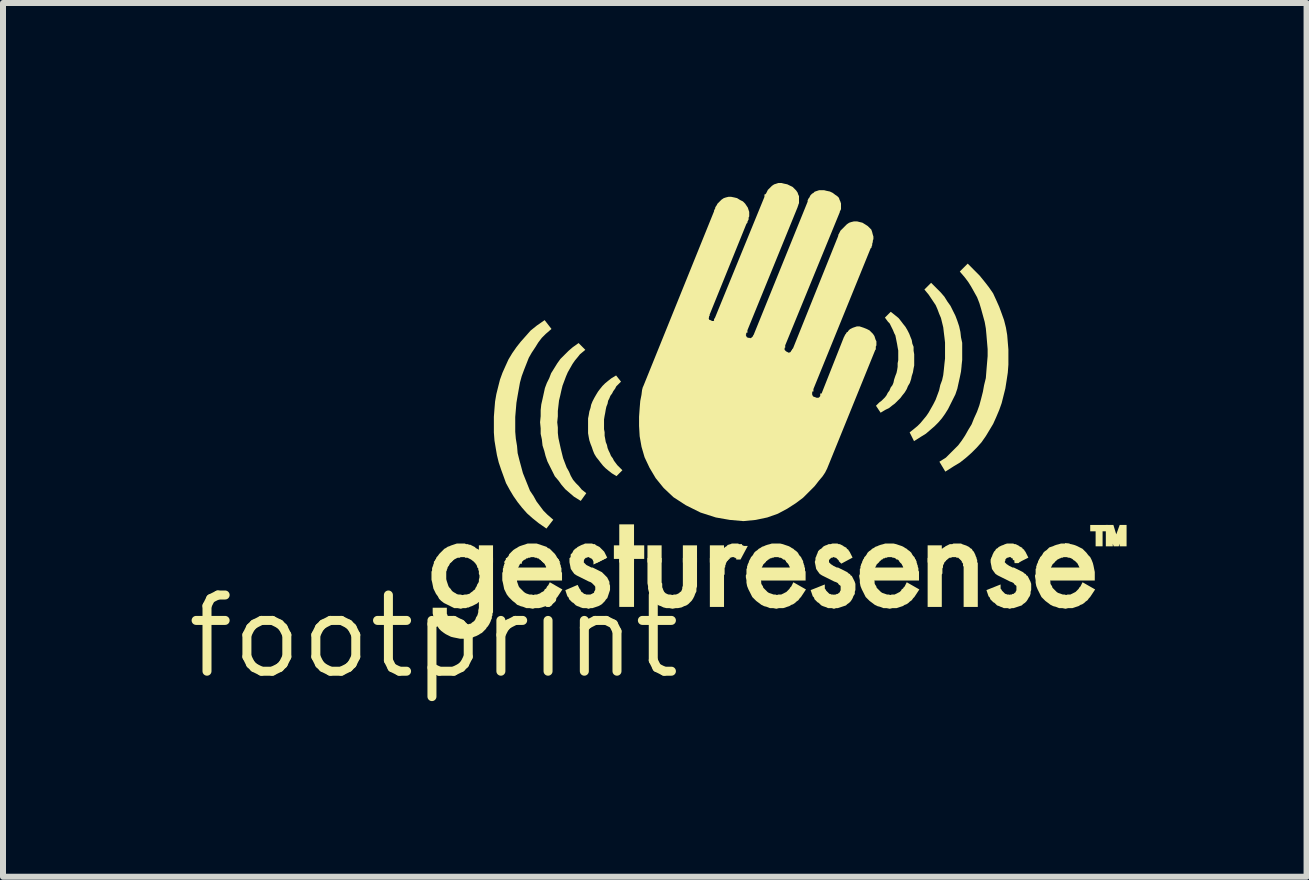
<source format=kicad_pcb>
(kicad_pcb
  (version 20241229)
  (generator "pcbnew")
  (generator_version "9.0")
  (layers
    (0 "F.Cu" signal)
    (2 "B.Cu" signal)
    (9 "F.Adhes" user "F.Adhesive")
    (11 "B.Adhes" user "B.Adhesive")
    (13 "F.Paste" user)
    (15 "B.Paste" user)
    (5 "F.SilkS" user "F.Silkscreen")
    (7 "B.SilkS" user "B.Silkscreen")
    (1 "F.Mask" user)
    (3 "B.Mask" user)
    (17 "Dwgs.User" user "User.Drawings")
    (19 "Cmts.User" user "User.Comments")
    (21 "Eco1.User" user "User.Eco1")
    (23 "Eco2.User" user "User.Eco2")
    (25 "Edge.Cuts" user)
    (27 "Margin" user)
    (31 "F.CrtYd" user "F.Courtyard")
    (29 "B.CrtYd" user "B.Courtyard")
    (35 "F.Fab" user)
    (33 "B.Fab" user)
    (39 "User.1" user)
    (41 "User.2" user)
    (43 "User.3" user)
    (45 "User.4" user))
  (footprint "footprint"
    (layer "F.Cu")
    (at 4.18 7.558)
    (property "Reference" "footprint" (at 0 0 0) (layer "F.SilkS") (effects (font (size 1.27 1.27) (thickness 0.15))))
    (fp_poly (pts (xy 2.662 -1.198) (xy 2.662 -1.308) (xy 2.881 -1.308)) (stroke (width 0) (type solid)) (fill yes) (layer "F.SilkS"))
    (fp_poly (pts (xy 3.338 -0.492) (xy 3.092 -0.492) (xy 3.092 -1.308) (xy 3.338 -1.308)) (stroke (width 0) (type solid)) (fill yes) (layer "F.SilkS"))
    (fp_poly (pts (xy 3.798 -1.232) (xy 3.562 -1.232) (xy 3.562 -1.518) (xy 3.798 -1.518)) (stroke (width 0) (type solid)) (fill yes) (layer "F.SilkS"))
    (fp_poly (pts (xy 4.388 -1.232) (xy 4.152 -1.232) (xy 4.152 -1.518) (xy 4.388 -1.518)) (stroke (width 0) (type solid)) (fill yes) (layer "F.SilkS"))
    (fp_poly (pts (xy 9.746 -1.222) (xy 9.682 -1.222) (xy 9.682 -1.308) (xy 9.832 -1.308)) (stroke (width 0) (type solid)) (fill yes) (layer "F.SilkS"))
    (fp_poly (pts (xy 11.238 -1.752) (xy 11.148 -1.752) (xy 11.148 -1.502) (xy 11.032 -1.502) (xy 11.032 -1.752) (xy 10.942 -1.752) (xy 10.942 -1.858) (xy 11.238 -1.858)) (stroke (width 0) (type solid)) (fill yes) (layer "F.SilkS"))
    (fp_poly (pts (xy 3.338 -1.518) (xy 3.508 -1.518) (xy 3.508 -1.292) (xy 3.338 -1.292) (xy 3.338 -1.232) (xy 3.092 -1.232) (xy 3.092 -1.292) (xy 3.002 -1.292) (xy 3.002 -1.518) (xy 3.092 -1.518) (xy 3.092 -1.868) (xy 3.338 -1.868)) (stroke (width 0) (type solid)) (fill yes) (layer "F.SilkS"))
    (fp_poly (pts (xy 9.058 -1.276) (xy 9.058 -1.236) (xy 9.068 -1.226) (xy 9.068 -0.492) (xy 8.832 -0.492) (xy 8.832 -1.164) (xy 8.822 -1.174) (xy 8.822 -1.214) (xy 8.812 -1.224) (xy 8.812 -1.244) (xy 8.748 -1.308) (xy 9.026 -1.308)) (stroke (width 0) (type solid)) (fill yes) (layer "F.SilkS"))
    (fp_poly (pts (xy 4.878 -1.244) (xy 4.878 -1.231) (xy 4.868 -1.211) (xy 4.868 -1.201) (xy 4.858 -1.181) (xy 4.858 -1.154) (xy 4.848 -1.144) (xy 4.848 -1.034) (xy 4.838 -1.024) (xy 4.838 -0.492) (xy 4.602 -0.492) (xy 4.602 -1.308) (xy 4.942 -1.308)) (stroke (width 0) (type solid)) (fill yes) (layer "F.SilkS"))
    (fp_poly (pts (xy 8.511 -1.237) (xy 8.508 -1.231) (xy 8.508 -1.221) (xy 8.494 -1.193) (xy 8.488 -1.181) (xy 8.488 -1.151) (xy 8.478 -1.131) (xy 8.478 -1.051) (xy 8.468 -1.031) (xy 8.468 -0.492) (xy 8.232 -0.492) (xy 8.232 -1.308) (xy 8.582 -1.308)) (stroke (width 0) (type solid)) (fill yes) (layer "F.SilkS"))
    (fp_poly (pts (xy 11.376 -1.701) (xy 11.433 -1.858) (xy 11.548 -1.858) (xy 11.548 -1.502) (xy 11.432 -1.502) (xy 11.432 -1.545) (xy 11.417 -1.502) (xy 11.333 -1.502) (xy 11.318 -1.545) (xy 11.318 -1.502) (xy 11.202 -1.502) (xy 11.202 -1.858) (xy 11.328 -1.858)) (stroke (width 0) (type solid)) (fill yes) (layer "F.SilkS"))
    (fp_poly (pts (xy 10.598 -1.322) (xy 10.499 -1.322) (xy 10.479 -1.312) (xy 10.456 -1.312) (xy 10.446 -1.302) (xy 10.436 -1.302) (xy 10.433 -1.299) (xy 10.399 -1.282) (xy 10.396 -1.282) (xy 10.373 -1.259) (xy 10.353 -1.249) (xy 10.336 -1.232) (xy 10.077 -1.232) (xy 10.107 -1.321) (xy 10.13 -1.344) (xy 10.147 -1.369) (xy 10.159 -1.393) (xy 10.186 -1.42) (xy 10.216 -1.44) (xy 10.259 -1.483) (xy 10.298 -1.496) (xy 10.325 -1.505) (xy 10.345 -1.515) (xy 10.379 -1.527) (xy 10.419 -1.537) (xy 10.454 -1.548) (xy 10.598 -1.548)) (stroke (width 0) (type solid)) (fill yes) (layer "F.SilkS"))
    (fp_poly (pts (xy 5.086 -1.538) (xy 5.138 -1.538) (xy 5.138 -1.526) (xy 5.146 -1.518) (xy 5.156 -1.518) (xy 5.166 -1.508) (xy 5.234 -1.508) (xy 5.113 -1.282) (xy 5.042 -1.282) (xy 5.042 -1.302) (xy 5.034 -1.302) (xy 5.024 -1.312) (xy 5.014 -1.312) (xy 5.004 -1.322) (xy 4.966 -1.322) (xy 4.956 -1.312) (xy 4.936 -1.312) (xy 4.898 -1.274) (xy 4.898 -1.264) (xy 4.866 -1.232) (xy 4.602 -1.232) (xy 4.602 -1.518) (xy 4.838 -1.518) (xy 4.838 -1.472) (xy 4.857 -1.491) (xy 4.877 -1.501) (xy 4.904 -1.528) (xy 4.924 -1.528) (xy 4.934 -1.538) (xy 4.954 -1.538) (xy 4.964 -1.548) (xy 5.076 -1.548)) (stroke (width 0) (type solid)) (fill yes) (layer "F.SilkS"))
    (fp_poly (pts (xy 2.614 -1.302) (xy 2.604 -1.312) (xy 2.594 -1.312) (xy 2.584 -1.322) (xy 2.566 -1.322) (xy 2.556 -1.312) (xy 2.536 -1.312) (xy 2.508 -1.284) (xy 2.508 -1.274) (xy 2.498 -1.264) (xy 2.498 -1.232) (xy 2.272 -1.232) (xy 2.272 -1.309) (xy 2.282 -1.329) (xy 2.282 -1.366) (xy 2.309 -1.393) (xy 2.329 -1.433) (xy 2.357 -1.461) (xy 2.377 -1.471) (xy 2.397 -1.491) (xy 2.465 -1.525) (xy 2.495 -1.535) (xy 2.521 -1.548) (xy 2.639 -1.548) (xy 2.659 -1.538) (xy 2.686 -1.538) (xy 2.703 -1.521) (xy 2.763 -1.491) (xy 2.841 -1.413) (xy 2.891 -1.313) (xy 2.729 -1.232) (xy 2.684 -1.232) (xy 2.652 -1.264) (xy 2.652 -1.274) (xy 2.624 -1.302)) (stroke (width 0) (type solid)) (fill yes) (layer "F.SilkS"))
    (fp_poly (pts (xy 1.842 -1.506) (xy 1.881 -1.493) (xy 1.901 -1.473) (xy 1.931 -1.463) (xy 1.997 -1.397) (xy 2.02 -1.374) (xy 2.043 -1.339) (xy 2.053 -1.319) (xy 2.111 -1.232) (xy 1.824 -1.232) (xy 1.774 -1.282) (xy 1.764 -1.282) (xy 1.747 -1.299) (xy 1.741 -1.302) (xy 1.724 -1.302) (xy 1.714 -1.312) (xy 1.684 -1.312) (xy 1.674 -1.322) (xy 1.616 -1.322) (xy 1.606 -1.312) (xy 1.576 -1.312) (xy 1.566 -1.302) (xy 1.546 -1.302) (xy 1.526 -1.282) (xy 1.516 -1.282) (xy 1.513 -1.279) (xy 1.493 -1.269) (xy 1.456 -1.232) (xy 1.169 -1.232) (xy 1.23 -1.324) (xy 1.247 -1.341) (xy 1.257 -1.371) (xy 1.303 -1.417) (xy 1.326 -1.44) (xy 1.361 -1.463) (xy 1.381 -1.473) (xy 1.411 -1.493) (xy 1.435 -1.505) (xy 1.468 -1.516) (xy 1.564 -1.548) (xy 1.716 -1.548)) (stroke (width 0) (type solid)) (fill yes) (layer "F.SilkS"))
    (fp_poly (pts (xy 9.679 -1.538) (xy 9.699 -1.538) (xy 9.727 -1.524) (xy 9.753 -1.511) (xy 9.763 -1.501) (xy 9.777 -1.494) (xy 9.808 -1.478) (xy 9.818 -1.458) (xy 9.838 -1.448) (xy 9.851 -1.423) (xy 9.861 -1.413) (xy 9.911 -1.313) (xy 9.749 -1.232) (xy 9.682 -1.232) (xy 9.682 -1.264) (xy 9.674 -1.272) (xy 9.652 -1.272) (xy 9.652 -1.294) (xy 9.644 -1.302) (xy 9.634 -1.302) (xy 9.614 -1.322) (xy 9.586 -1.322) (xy 9.576 -1.312) (xy 9.556 -1.312) (xy 9.528 -1.284) (xy 9.528 -1.264) (xy 9.496 -1.232) (xy 9.292 -1.232) (xy 9.292 -1.309) (xy 9.305 -1.335) (xy 9.315 -1.365) (xy 9.339 -1.413) (xy 9.359 -1.433) (xy 9.372 -1.458) (xy 9.397 -1.471) (xy 9.417 -1.491) (xy 9.465 -1.515) (xy 9.495 -1.525) (xy 9.515 -1.535) (xy 9.554 -1.548) (xy 9.659 -1.548)) (stroke (width 0) (type solid)) (fill yes) (layer "F.SilkS"))
    (fp_poly (pts (xy 8.754 -1.302) (xy 8.744 -1.312) (xy 8.714 -1.312) (xy 8.704 -1.322) (xy 8.636 -1.322) (xy 8.626 -1.312) (xy 8.596 -1.312) (xy 8.586 -1.302) (xy 8.576 -1.302) (xy 8.556 -1.282) (xy 8.546 -1.282) (xy 8.538 -1.274) (xy 8.538 -1.264) (xy 8.506 -1.232) (xy 8.232 -1.232) (xy 8.232 -1.518) (xy 8.468 -1.518) (xy 8.468 -1.462) (xy 8.487 -1.471) (xy 8.497 -1.481) (xy 8.517 -1.491) (xy 8.527 -1.501) (xy 8.573 -1.524) (xy 8.601 -1.538) (xy 8.641 -1.538) (xy 8.661 -1.548) (xy 8.789 -1.548) (xy 8.815 -1.535) (xy 8.842 -1.526) (xy 8.875 -1.515) (xy 8.923 -1.491) (xy 8.943 -1.471) (xy 8.968 -1.458) (xy 8.981 -1.433) (xy 9.001 -1.413) (xy 9.025 -1.365) (xy 9.035 -1.335) (xy 9.048 -1.309) (xy 9.048 -1.232) (xy 8.802 -1.232) (xy 8.802 -1.264) (xy 8.764 -1.302)) (stroke (width 0) (type solid)) (fill yes) (layer "F.SilkS"))
    (fp_poly (pts (xy 0.539 -1.538) (xy 0.569 -1.538) (xy 0.589 -1.528) (xy 0.609 -1.528) (xy 0.637 -1.514) (xy 0.683 -1.491) (xy 0.703 -1.471) (xy 0.743 -1.451) (xy 0.752 -1.442) (xy 0.752 -1.518) (xy 0.988 -1.518) (xy 0.988 -1.232) (xy 0.684 -1.232) (xy 0.657 -1.259) (xy 0.637 -1.269) (xy 0.624 -1.282) (xy 0.621 -1.282) (xy 0.587 -1.299) (xy 0.584 -1.302) (xy 0.581 -1.302) (xy 0.561 -1.312) (xy 0.524 -1.312) (xy 0.514 -1.322) (xy 0.446 -1.322) (xy 0.436 -1.312) (xy 0.399 -1.312) (xy 0.379 -1.302) (xy 0.376 -1.302) (xy 0.373 -1.299) (xy 0.339 -1.282) (xy 0.336 -1.282) (xy 0.286 -1.232) (xy 0.017 -1.232) (xy 0.047 -1.321) (xy 0.07 -1.344) (xy 0.09 -1.374) (xy 0.113 -1.397) (xy 0.177 -1.461) (xy 0.201 -1.473) (xy 0.233 -1.495) (xy 0.265 -1.505) (xy 0.285 -1.515) (xy 0.318 -1.526) (xy 0.384 -1.548) (xy 0.519 -1.548)) (stroke (width 0) (type solid)) (fill yes) (layer "F.SilkS"))
    (fp_poly (pts (xy 5.821 -1.537) (xy 5.852 -1.526) (xy 5.882 -1.516) (xy 5.915 -1.505) (xy 5.939 -1.493) (xy 5.969 -1.473) (xy 5.993 -1.461) (xy 6.014 -1.44) (xy 6.044 -1.42) (xy 6.071 -1.393) (xy 6.083 -1.369) (xy 6.1 -1.344) (xy 6.123 -1.321) (xy 6.153 -1.232) (xy 5.894 -1.232) (xy 5.847 -1.279) (xy 5.841 -1.282) (xy 5.824 -1.282) (xy 5.804 -1.302) (xy 5.801 -1.302) (xy 5.781 -1.312) (xy 5.761 -1.312) (xy 5.741 -1.322) (xy 5.679 -1.322) (xy 5.659 -1.312) (xy 5.636 -1.312) (xy 5.626 -1.302) (xy 5.609 -1.302) (xy 5.603 -1.299) (xy 5.586 -1.282) (xy 5.576 -1.282) (xy 5.553 -1.259) (xy 5.533 -1.249) (xy 5.516 -1.232) (xy 5.257 -1.232) (xy 5.287 -1.321) (xy 5.31 -1.344) (xy 5.327 -1.369) (xy 5.339 -1.393) (xy 5.366 -1.42) (xy 5.396 -1.44) (xy 5.417 -1.461) (xy 5.441 -1.473) (xy 5.473 -1.495) (xy 5.505 -1.505) (xy 5.525 -1.515) (xy 5.559 -1.527) (xy 5.599 -1.537) (xy 5.634 -1.548) (xy 5.775 -1.548)) (stroke (width 0) (type solid)) (fill yes) (layer "F.SilkS"))
    (fp_poly (pts (xy 7.711 -1.537) (xy 7.742 -1.526) (xy 7.772 -1.516) (xy 7.805 -1.505) (xy 7.829 -1.493) (xy 7.859 -1.473) (xy 7.883 -1.461) (xy 7.904 -1.44) (xy 7.934 -1.42) (xy 7.961 -1.393) (xy 7.973 -1.369) (xy 7.99 -1.344) (xy 8.013 -1.321) (xy 8.043 -1.232) (xy 7.784 -1.232) (xy 7.737 -1.279) (xy 7.731 -1.282) (xy 7.714 -1.282) (xy 7.694 -1.302) (xy 7.691 -1.302) (xy 7.671 -1.312) (xy 7.651 -1.312) (xy 7.631 -1.322) (xy 7.569 -1.322) (xy 7.549 -1.312) (xy 7.526 -1.312) (xy 7.516 -1.302) (xy 7.499 -1.302) (xy 7.493 -1.299) (xy 7.476 -1.282) (xy 7.466 -1.282) (xy 7.443 -1.259) (xy 7.423 -1.249) (xy 7.406 -1.232) (xy 7.147 -1.232) (xy 7.177 -1.321) (xy 7.2 -1.344) (xy 7.217 -1.369) (xy 7.229 -1.393) (xy 7.256 -1.42) (xy 7.286 -1.44) (xy 7.307 -1.461) (xy 7.331 -1.473) (xy 7.363 -1.495) (xy 7.395 -1.505) (xy 7.415 -1.515) (xy 7.449 -1.527) (xy 7.489 -1.537) (xy 7.524 -1.548) (xy 7.665 -1.548)) (stroke (width 0) (type solid)) (fill yes) (layer "F.SilkS"))
    (fp_poly (pts (xy 3.798 -0.899) (xy 3.808 -0.879) (xy 3.808 -0.819) (xy 3.815 -0.805) (xy 3.825 -0.775) (xy 3.841 -0.743) (xy 3.863 -0.721) (xy 3.895 -0.705) (xy 3.916 -0.698) (xy 3.945 -0.698) (xy 3.978 -0.69) (xy 4.004 -0.698) (xy 4.034 -0.698) (xy 4.055 -0.705) (xy 4.087 -0.721) (xy 4.107 -0.741) (xy 4.122 -0.748) (xy 4.135 -0.775) (xy 4.142 -0.796) (xy 4.142 -0.816) (xy 4.152 -0.846) (xy 4.152 -1.308) (xy 4.388 -1.308) (xy 4.388 -0.835) (xy 4.378 -0.795) (xy 4.378 -0.751) (xy 4.355 -0.705) (xy 4.345 -0.675) (xy 4.323 -0.631) (xy 4.3 -0.596) (xy 4.277 -0.573) (xy 4.244 -0.54) (xy 4.207 -0.515) (xy 4.175 -0.505) (xy 4.132 -0.484) (xy 4.074 -0.472) (xy 4.034 -0.472) (xy 3.98 -0.461) (xy 3.926 -0.472) (xy 3.875 -0.472) (xy 3.827 -0.484) (xy 3.785 -0.505) (xy 3.755 -0.515) (xy 3.704 -0.54) (xy 3.683 -0.573) (xy 3.653 -0.593) (xy 3.625 -0.634) (xy 3.615 -0.674) (xy 3.595 -0.704) (xy 3.583 -0.751) (xy 3.572 -0.795) (xy 3.572 -0.836) (xy 3.562 -0.886) (xy 3.562 -1.308) (xy 3.798 -1.308)) (stroke (width 0) (type solid)) (fill yes) (layer "F.SilkS"))
    (fp_poly (pts (xy 8.387 -5.797) (xy 8.448 -5.736) (xy 8.511 -5.663) (xy 8.562 -5.581) (xy 8.613 -5.51) (xy 8.654 -5.427) (xy 8.695 -5.345) (xy 8.726 -5.263) (xy 8.757 -5.17) (xy 8.778 -5.076) (xy 8.788 -4.986) (xy 8.808 -4.894) (xy 8.808 -4.608) (xy 8.798 -4.518) (xy 8.798 -4.508) (xy 8.788 -4.414) (xy 8.767 -4.312) (xy 8.747 -4.222) (xy 8.727 -4.13) (xy 8.695 -4.035) (xy 8.614 -3.873) (xy 8.573 -3.791) (xy 8.522 -3.709) (xy 8.47 -3.636) (xy 8.408 -3.564) (xy 8.346 -3.502) (xy 8.275 -3.441) (xy 8.203 -3.379) (xy 8.12 -3.328) (xy 8.005 -3.255) (xy 7.932 -3.401) (xy 8.006 -3.46) (xy 8.064 -3.508) (xy 8.112 -3.556) (xy 8.209 -3.673) (xy 8.248 -3.73) (xy 8.326 -3.868) (xy 8.365 -3.945) (xy 8.423 -4.101) (xy 8.443 -4.191) (xy 8.473 -4.271) (xy 8.492 -4.356) (xy 8.502 -4.444) (xy 8.512 -4.544) (xy 8.522 -4.632) (xy 8.522 -4.898) (xy 8.512 -4.986) (xy 8.502 -5.066) (xy 8.492 -5.153) (xy 8.454 -5.308) (xy 8.425 -5.376) (xy 8.395 -5.456) (xy 8.366 -5.522) (xy 8.249 -5.697) (xy 8.178 -5.782) (xy 8.29 -5.894)) (stroke (width 0) (type solid)) (fill yes) (layer "F.SilkS"))
    (fp_poly (pts (xy 1.962 -5.125) (xy 1.866 -5.042) (xy 1.799 -4.975) (xy 1.741 -4.898) (xy 1.692 -4.819) (xy 1.633 -4.73) (xy 1.584 -4.644) (xy 1.506 -4.446) (xy 1.466 -4.338) (xy 1.437 -4.232) (xy 1.398 -4.014) (xy 1.378 -3.895) (xy 1.358 -3.658) (xy 1.358 -3.412) (xy 1.368 -3.295) (xy 1.388 -3.175) (xy 1.398 -3.056) (xy 1.427 -2.94) (xy 1.486 -2.722) (xy 1.604 -2.428) (xy 1.663 -2.34) (xy 1.712 -2.251) (xy 1.829 -2.095) (xy 1.896 -2.028) (xy 1.992 -1.945) (xy 1.878 -1.798) (xy 1.747 -1.889) (xy 1.645 -1.971) (xy 1.553 -2.053) (xy 1.471 -2.146) (xy 1.399 -2.237) (xy 1.328 -2.339) (xy 1.267 -2.441) (xy 1.205 -2.554) (xy 1.164 -2.667) (xy 1.124 -2.777) (xy 1.083 -2.899) (xy 1.053 -3.022) (xy 1.032 -3.144) (xy 1.012 -3.265) (xy 1.002 -3.399) (xy 1.002 -3.661) (xy 1.012 -3.793) (xy 1.022 -3.915) (xy 1.043 -4.038) (xy 1.073 -4.159) (xy 1.104 -4.281) (xy 1.145 -4.394) (xy 1.195 -4.506) (xy 1.246 -4.618) (xy 1.308 -4.721) (xy 1.379 -4.823) (xy 1.451 -4.914) (xy 1.532 -5.005) (xy 1.614 -5.098) (xy 1.717 -5.181) (xy 1.848 -5.272)) (stroke (width 0) (type solid)) (fill yes) (layer "F.SilkS"))
    (fp_poly (pts (xy 7.694 -5.35) (xy 7.747 -5.307) (xy 7.79 -5.253) (xy 7.82 -5.213) (xy 7.861 -5.162) (xy 7.893 -5.108) (xy 7.925 -5.046) (xy 7.945 -4.994) (xy 7.967 -4.94) (xy 7.977 -4.88) (xy 7.998 -4.827) (xy 7.998 -4.763) (xy 8.008 -4.703) (xy 8.008 -4.516) (xy 7.997 -4.463) (xy 7.987 -4.401) (xy 7.967 -4.34) (xy 7.957 -4.29) (xy 7.935 -4.224) (xy 7.904 -4.173) (xy 7.884 -4.123) (xy 7.851 -4.068) (xy 7.81 -4.017) (xy 7.779 -3.975) (xy 7.737 -3.933) (xy 7.685 -3.881) (xy 7.643 -3.85) (xy 7.591 -3.808) (xy 7.528 -3.777) (xy 7.448 -3.729) (xy 7.371 -3.845) (xy 7.425 -3.899) (xy 7.465 -3.929) (xy 7.521 -3.985) (xy 7.547 -4.02) (xy 7.567 -4.06) (xy 7.596 -4.099) (xy 7.616 -4.149) (xy 7.646 -4.189) (xy 7.663 -4.231) (xy 7.673 -4.28) (xy 7.694 -4.343) (xy 7.713 -4.391) (xy 7.723 -4.437) (xy 7.732 -4.493) (xy 7.732 -4.554) (xy 7.742 -4.604) (xy 7.742 -4.766) (xy 7.733 -4.813) (xy 7.723 -4.873) (xy 7.694 -5.018) (xy 7.675 -5.054) (xy 7.655 -5.104) (xy 7.599 -5.217) (xy 7.571 -5.245) (xy 7.52 -5.314) (xy 7.617 -5.411)) (stroke (width 0) (type solid)) (fill yes) (layer "F.SilkS"))
    (fp_poly (pts (xy 2.526 -4.777) (xy 2.437 -4.703) (xy 2.4 -4.656) (xy 2.351 -4.597) (xy 2.312 -4.54) (xy 2.234 -4.403) (xy 2.205 -4.336) (xy 2.146 -4.179) (xy 2.127 -4.101) (xy 2.107 -4.011) (xy 2.088 -3.933) (xy 2.068 -3.758) (xy 2.068 -3.668) (xy 2.058 -3.57) (xy 2.068 -3.482) (xy 2.068 -3.392) (xy 2.078 -3.306) (xy 2.117 -3.129) (xy 2.156 -2.971) (xy 2.215 -2.816) (xy 2.254 -2.747) (xy 2.284 -2.677) (xy 2.321 -2.612) (xy 2.368 -2.556) (xy 2.418 -2.506) (xy 2.467 -2.447) (xy 2.542 -2.387) (xy 2.45 -2.259) (xy 2.337 -2.329) (xy 2.265 -2.391) (xy 2.193 -2.453) (xy 2.13 -2.526) (xy 2.08 -2.596) (xy 2.018 -2.669) (xy 1.976 -2.753) (xy 1.895 -2.915) (xy 1.863 -3.009) (xy 1.843 -3.089) (xy 1.813 -3.182) (xy 1.802 -3.284) (xy 1.782 -3.376) (xy 1.782 -3.468) (xy 1.772 -3.57) (xy 1.782 -3.672) (xy 1.782 -3.772) (xy 1.792 -3.866) (xy 1.813 -3.958) (xy 1.853 -4.141) (xy 1.885 -4.225) (xy 1.925 -4.305) (xy 1.956 -4.387) (xy 2.008 -4.47) (xy 2.058 -4.551) (xy 2.111 -4.625) (xy 2.173 -4.687) (xy 2.244 -4.758) (xy 2.316 -4.82) (xy 2.414 -4.89)) (stroke (width 0) (type solid)) (fill yes) (layer "F.SilkS"))
    (fp_poly (pts (xy 3.121 -4.247) (xy 3.041 -4.167) (xy 3.023 -4.13) (xy 2.993 -4.09) (xy 2.973 -4.05) (xy 2.944 -4.011) (xy 2.925 -3.964) (xy 2.906 -3.928) (xy 2.897 -3.879) (xy 2.877 -3.829) (xy 2.867 -3.783) (xy 2.857 -3.723) (xy 2.847 -3.673) (xy 2.838 -3.617) (xy 2.838 -3.454) (xy 2.848 -3.404) (xy 2.848 -3.344) (xy 2.857 -3.297) (xy 2.867 -3.24) (xy 2.887 -3.191) (xy 2.897 -3.141) (xy 2.915 -3.096) (xy 2.935 -3.056) (xy 2.954 -3.009) (xy 2.983 -2.97) (xy 3.003 -2.93) (xy 3.059 -2.855) (xy 3.144 -2.77) (xy 3.046 -2.672) (xy 2.968 -2.719) (xy 2.916 -2.76) (xy 2.865 -2.802) (xy 2.822 -2.845) (xy 2.78 -2.897) (xy 2.75 -2.937) (xy 2.709 -2.988) (xy 2.676 -3.043) (xy 2.654 -3.097) (xy 2.634 -3.157) (xy 2.614 -3.207) (xy 2.593 -3.27) (xy 2.583 -3.323) (xy 2.572 -3.387) (xy 2.572 -3.634) (xy 2.583 -3.687) (xy 2.593 -3.749) (xy 2.613 -3.81) (xy 2.623 -3.861) (xy 2.645 -3.916) (xy 2.677 -3.978) (xy 2.707 -4.03) (xy 2.738 -4.081) (xy 2.77 -4.123) (xy 2.812 -4.175) (xy 2.855 -4.218) (xy 2.906 -4.26) (xy 2.958 -4.301) (xy 3.039 -4.35)) (stroke (width 0) (type solid)) (fill yes) (layer "F.SilkS"))
    (fp_poly (pts (xy 9.098 -6.015) (xy 9.18 -5.914) (xy 9.251 -5.823) (xy 9.323 -5.719) (xy 9.375 -5.606) (xy 9.425 -5.494) (xy 9.466 -5.383) (xy 9.506 -5.271) (xy 9.537 -5.148) (xy 9.558 -5.025) (xy 9.568 -4.903) (xy 9.578 -4.782) (xy 9.578 -4.529) (xy 9.568 -4.396) (xy 9.548 -4.264) (xy 9.527 -4.132) (xy 9.466 -3.889) (xy 9.426 -3.776) (xy 9.375 -3.655) (xy 9.324 -3.542) (xy 9.263 -3.44) (xy 9.202 -3.339) (xy 9.13 -3.236) (xy 9.048 -3.144) (xy 8.966 -3.062) (xy 8.875 -2.981) (xy 8.772 -2.899) (xy 8.67 -2.838) (xy 8.527 -2.747) (xy 8.428 -2.912) (xy 8.536 -2.98) (xy 8.741 -3.185) (xy 8.799 -3.262) (xy 8.857 -3.35) (xy 8.907 -3.439) (xy 8.966 -3.537) (xy 9.005 -3.635) (xy 9.055 -3.744) (xy 9.094 -3.852) (xy 9.123 -3.96) (xy 9.153 -4.078) (xy 9.173 -4.188) (xy 9.202 -4.306) (xy 9.212 -4.433) (xy 9.222 -4.553) (xy 9.232 -4.672) (xy 9.232 -4.788) (xy 9.212 -5.027) (xy 9.202 -5.135) (xy 9.183 -5.242) (xy 9.123 -5.46) (xy 9.094 -5.557) (xy 9.056 -5.654) (xy 8.957 -5.831) (xy 8.909 -5.908) (xy 8.85 -5.986) (xy 8.768 -6.082) (xy 8.9 -6.214)) (stroke (width 0) (type solid)) (fill yes) (layer "F.SilkS"))
    (fp_poly (pts (xy 2.498 -1.236) (xy 2.543 -1.191) (xy 2.629 -1.148) (xy 2.649 -1.148) (xy 2.677 -1.134) (xy 2.803 -1.071) (xy 2.891 -0.983) (xy 2.914 -0.937) (xy 2.928 -0.909) (xy 2.928 -0.876) (xy 2.938 -0.846) (xy 2.938 -0.774) (xy 2.906 -0.678) (xy 2.893 -0.639) (xy 2.87 -0.616) (xy 2.85 -0.586) (xy 2.827 -0.563) (xy 2.804 -0.54) (xy 2.769 -0.517) (xy 2.745 -0.505) (xy 2.712 -0.494) (xy 2.646 -0.472) (xy 2.616 -0.472) (xy 2.58 -0.46) (xy 2.544 -0.472) (xy 2.484 -0.472) (xy 2.445 -0.485) (xy 2.425 -0.495) (xy 2.395 -0.505) (xy 2.367 -0.519) (xy 2.327 -0.559) (xy 2.307 -0.569) (xy 2.257 -0.619) (xy 2.247 -0.649) (xy 2.227 -0.669) (xy 2.214 -0.708) (xy 2.193 -0.771) (xy 2.398 -0.859) (xy 2.431 -0.793) (xy 2.441 -0.783) (xy 2.458 -0.749) (xy 2.458 -0.746) (xy 2.463 -0.741) (xy 2.483 -0.731) (xy 2.506 -0.708) (xy 2.526 -0.708) (xy 2.536 -0.698) (xy 2.569 -0.698) (xy 2.572 -0.696) (xy 2.574 -0.698) (xy 2.611 -0.698) (xy 2.631 -0.708) (xy 2.634 -0.708) (xy 2.637 -0.711) (xy 2.671 -0.728) (xy 2.671 -0.728) (xy 2.672 -0.729) (xy 2.672 -0.746) (xy 2.682 -0.756) (xy 2.682 -0.759) (xy 2.692 -0.779) (xy 2.692 -0.828) (xy 2.68 -0.846) (xy 2.636 -0.89) (xy 2.613 -0.905) (xy 2.585 -0.915) (xy 2.423 -0.996) (xy 2.381 -1.017) (xy 2.343 -1.042) (xy 2.309 -1.088) (xy 2.284 -1.125) (xy 2.273 -1.183) (xy 2.262 -1.236) (xy 2.262 -1.308) (xy 2.498 -1.308)) (stroke (width 0) (type solid)) (fill yes) (layer "F.SilkS"))
    (fp_poly (pts (xy 9.518 -1.236) (xy 9.553 -1.201) (xy 9.573 -1.191) (xy 9.583 -1.181) (xy 9.649 -1.148) (xy 9.669 -1.148) (xy 9.697 -1.134) (xy 9.823 -1.071) (xy 9.843 -1.051) (xy 9.868 -1.038) (xy 9.878 -1.018) (xy 9.898 -1.008) (xy 9.914 -0.977) (xy 9.945 -0.915) (xy 9.958 -0.876) (xy 9.958 -0.774) (xy 9.948 -0.744) (xy 9.948 -0.714) (xy 9.935 -0.673) (xy 9.913 -0.641) (xy 9.903 -0.621) (xy 9.88 -0.586) (xy 9.854 -0.56) (xy 9.824 -0.54) (xy 9.801 -0.517) (xy 9.762 -0.504) (xy 9.666 -0.472) (xy 9.636 -0.472) (xy 9.6 -0.46) (xy 9.564 -0.472) (xy 9.501 -0.472) (xy 9.475 -0.485) (xy 9.445 -0.495) (xy 9.425 -0.505) (xy 9.389 -0.517) (xy 9.347 -0.559) (xy 9.327 -0.569) (xy 9.277 -0.619) (xy 9.267 -0.649) (xy 9.247 -0.669) (xy 9.234 -0.708) (xy 9.212 -0.772) (xy 9.448 -0.866) (xy 9.448 -0.799) (xy 9.451 -0.793) (xy 9.461 -0.783) (xy 9.471 -0.763) (xy 9.523 -0.711) (xy 9.529 -0.708) (xy 9.539 -0.708) (xy 9.559 -0.698) (xy 9.589 -0.698) (xy 9.6 -0.693) (xy 9.611 -0.698) (xy 9.634 -0.698) (xy 9.644 -0.708) (xy 9.661 -0.708) (xy 9.667 -0.711) (xy 9.684 -0.728) (xy 9.691 -0.728) (xy 9.699 -0.743) (xy 9.702 -0.746) (xy 9.702 -0.756) (xy 9.712 -0.766) (xy 9.712 -0.834) (xy 9.708 -0.846) (xy 9.683 -0.863) (xy 9.664 -0.89) (xy 9.635 -0.905) (xy 9.605 -0.915) (xy 9.443 -0.996) (xy 9.401 -1.017) (xy 9.363 -1.042) (xy 9.329 -1.088) (xy 9.304 -1.125) (xy 9.293 -1.183) (xy 9.282 -1.236) (xy 9.282 -1.288) (xy 9.292 -1.288) (xy 9.292 -1.308) (xy 9.518 -1.308)) (stroke (width 0) (type solid)) (fill yes) (layer "F.SilkS"))
    (fp_poly (pts (xy 5.488 -1.184) (xy 5.478 -1.174) (xy 5.478 -1.164) (xy 5.468 -1.154) (xy 5.468 -1.148) (xy 5.938 -1.148) (xy 5.932 -1.154) (xy 5.932 -1.164) (xy 5.922 -1.174) (xy 5.922 -1.184) (xy 5.912 -1.194) (xy 5.912 -1.204) (xy 5.872 -1.244) (xy 5.872 -1.308) (xy 6.116 -1.308) (xy 6.141 -1.283) (xy 6.158 -1.249) (xy 6.158 -1.229) (xy 6.168 -1.209) (xy 6.168 -1.199) (xy 6.178 -1.179) (xy 6.178 -1.159) (xy 6.188 -1.139) (xy 6.188 -1.099) (xy 6.198 -1.079) (xy 6.198 -0.932) (xy 5.453 -0.932) (xy 5.458 -0.916) (xy 5.458 -0.886) (xy 5.465 -0.867) (xy 5.485 -0.837) (xy 5.493 -0.811) (xy 5.564 -0.74) (xy 5.587 -0.725) (xy 5.666 -0.698) (xy 5.696 -0.698) (xy 5.72 -0.69) (xy 5.744 -0.698) (xy 5.791 -0.698) (xy 5.877 -0.741) (xy 5.929 -0.793) (xy 5.939 -0.813) (xy 5.959 -0.833) (xy 5.966 -0.847) (xy 5.994 -0.903) (xy 6.204 -0.783) (xy 6.142 -0.689) (xy 6.12 -0.656) (xy 6.1 -0.636) (xy 6.077 -0.603) (xy 6.044 -0.58) (xy 6.024 -0.56) (xy 5.987 -0.535) (xy 5.957 -0.525) (xy 5.927 -0.505) (xy 5.892 -0.494) (xy 5.826 -0.472) (xy 5.755 -0.472) (xy 5.711 -0.461) (xy 5.656 -0.472) (xy 5.603 -0.472) (xy 5.548 -0.494) (xy 5.507 -0.504) (xy 5.46 -0.527) (xy 5.417 -0.56) (xy 5.375 -0.591) (xy 5.343 -0.623) (xy 5.309 -0.657) (xy 5.266 -0.743) (xy 5.245 -0.784) (xy 5.223 -0.839) (xy 5.212 -0.896) (xy 5.212 -0.936) (xy 5.202 -0.986) (xy 5.202 -1.019) (xy 5.212 -1.039) (xy 5.212 -1.126) (xy 5.222 -1.136) (xy 5.222 -1.169) (xy 5.232 -1.189) (xy 5.232 -1.199) (xy 5.246 -1.227) (xy 5.252 -1.239) (xy 5.252 -1.249) (xy 5.269 -1.283) (xy 5.294 -1.308) (xy 5.538 -1.308) (xy 5.538 -1.244) (xy 5.488 -1.194)) (stroke (width 0) (type solid)) (fill yes) (layer "F.SilkS"))
    (fp_poly (pts (xy 7.378 -1.184) (xy 7.368 -1.174) (xy 7.368 -1.164) (xy 7.358 -1.154) (xy 7.358 -1.148) (xy 7.828 -1.148) (xy 7.822 -1.154) (xy 7.822 -1.164) (xy 7.812 -1.174) (xy 7.812 -1.184) (xy 7.802 -1.194) (xy 7.802 -1.204) (xy 7.762 -1.244) (xy 7.762 -1.308) (xy 8.006 -1.308) (xy 8.031 -1.283) (xy 8.048 -1.249) (xy 8.048 -1.229) (xy 8.058 -1.209) (xy 8.058 -1.199) (xy 8.068 -1.179) (xy 8.068 -1.159) (xy 8.078 -1.139) (xy 8.078 -1.099) (xy 8.088 -1.079) (xy 8.088 -0.932) (xy 7.343 -0.932) (xy 7.348 -0.916) (xy 7.348 -0.886) (xy 7.355 -0.867) (xy 7.375 -0.837) (xy 7.383 -0.811) (xy 7.454 -0.74) (xy 7.477 -0.725) (xy 7.556 -0.698) (xy 7.586 -0.698) (xy 7.61 -0.69) (xy 7.634 -0.698) (xy 7.681 -0.698) (xy 7.767 -0.741) (xy 7.789 -0.763) (xy 7.802 -0.788) (xy 7.822 -0.798) (xy 7.829 -0.813) (xy 7.849 -0.833) (xy 7.856 -0.847) (xy 7.884 -0.903) (xy 8.094 -0.783) (xy 8.032 -0.689) (xy 8.01 -0.656) (xy 7.99 -0.636) (xy 7.967 -0.603) (xy 7.934 -0.58) (xy 7.914 -0.56) (xy 7.877 -0.535) (xy 7.847 -0.525) (xy 7.817 -0.505) (xy 7.782 -0.494) (xy 7.716 -0.472) (xy 7.645 -0.472) (xy 7.601 -0.461) (xy 7.546 -0.472) (xy 7.493 -0.472) (xy 7.438 -0.494) (xy 7.397 -0.504) (xy 7.35 -0.527) (xy 7.307 -0.56) (xy 7.265 -0.591) (xy 7.233 -0.623) (xy 7.199 -0.657) (xy 7.156 -0.743) (xy 7.135 -0.784) (xy 7.113 -0.839) (xy 7.102 -0.896) (xy 7.102 -0.937) (xy 7.092 -0.997) (xy 7.092 -1.019) (xy 7.102 -1.039) (xy 7.102 -1.126) (xy 7.112 -1.136) (xy 7.112 -1.169) (xy 7.122 -1.189) (xy 7.122 -1.199) (xy 7.136 -1.227) (xy 7.142 -1.239) (xy 7.142 -1.249) (xy 7.159 -1.283) (xy 7.184 -1.308) (xy 7.428 -1.308) (xy 7.428 -1.244) (xy 7.378 -1.194)) (stroke (width 0) (type solid)) (fill yes) (layer "F.SilkS"))
    (fp_poly (pts (xy 10.308 -1.184) (xy 10.298 -1.174) (xy 10.298 -1.164) (xy 10.288 -1.154) (xy 10.288 -1.148) (xy 10.762 -1.148) (xy 10.762 -1.151) (xy 10.729 -1.217) (xy 10.687 -1.259) (xy 10.667 -1.269) (xy 10.647 -1.289) (xy 10.601 -1.312) (xy 10.584 -1.312) (xy 10.522 -1.333) (xy 10.522 -1.555) (xy 10.628 -1.537) (xy 10.672 -1.526) (xy 10.726 -1.505) (xy 10.767 -1.484) (xy 10.813 -1.461) (xy 10.847 -1.427) (xy 10.879 -1.395) (xy 10.909 -1.355) (xy 10.941 -1.323) (xy 10.965 -1.276) (xy 10.986 -1.222) (xy 10.997 -1.178) (xy 11.007 -1.127) (xy 11.018 -1.074) (xy 11.018 -0.932) (xy 10.273 -0.932) (xy 10.278 -0.916) (xy 10.278 -0.886) (xy 10.285 -0.867) (xy 10.305 -0.837) (xy 10.313 -0.811) (xy 10.384 -0.74) (xy 10.407 -0.725) (xy 10.486 -0.698) (xy 10.516 -0.698) (xy 10.54 -0.69) (xy 10.564 -0.698) (xy 10.611 -0.698) (xy 10.697 -0.741) (xy 10.749 -0.793) (xy 10.759 -0.813) (xy 10.779 -0.833) (xy 10.786 -0.847) (xy 10.814 -0.903) (xy 11.024 -0.783) (xy 10.962 -0.689) (xy 10.94 -0.656) (xy 10.92 -0.636) (xy 10.897 -0.603) (xy 10.864 -0.58) (xy 10.844 -0.56) (xy 10.807 -0.535) (xy 10.777 -0.525) (xy 10.747 -0.505) (xy 10.712 -0.494) (xy 10.646 -0.472) (xy 10.575 -0.472) (xy 10.531 -0.461) (xy 10.476 -0.472) (xy 10.423 -0.472) (xy 10.368 -0.494) (xy 10.327 -0.504) (xy 10.28 -0.527) (xy 10.237 -0.56) (xy 10.195 -0.591) (xy 10.163 -0.623) (xy 10.129 -0.657) (xy 10.086 -0.743) (xy 10.065 -0.784) (xy 10.043 -0.839) (xy 10.032 -0.896) (xy 10.032 -0.937) (xy 10.022 -0.997) (xy 10.022 -1.019) (xy 10.032 -1.039) (xy 10.032 -1.126) (xy 10.042 -1.136) (xy 10.042 -1.169) (xy 10.052 -1.189) (xy 10.052 -1.199) (xy 10.066 -1.227) (xy 10.072 -1.239) (xy 10.072 -1.249) (xy 10.089 -1.283) (xy 10.114 -1.308) (xy 10.358 -1.308) (xy 10.358 -1.244) (xy 10.308 -1.194)) (stroke (width 0) (type solid)) (fill yes) (layer "F.SilkS"))
    (fp_poly (pts (xy 2.056 -1.308) (xy 2.088 -1.276) (xy 2.088 -1.249) (xy 2.094 -1.237) (xy 2.108 -1.209) (xy 2.108 -1.199) (xy 2.118 -1.179) (xy 2.118 -1.159) (xy 2.128 -1.139) (xy 2.128 -1.079) (xy 2.138 -1.059) (xy 2.138 -0.932) (xy 1.388 -0.932) (xy 1.388 -0.916) (xy 1.415 -0.837) (xy 1.43 -0.814) (xy 1.504 -0.74) (xy 1.529 -0.723) (xy 1.545 -0.715) (xy 1.596 -0.698) (xy 1.636 -0.698) (xy 1.66 -0.69) (xy 1.684 -0.698) (xy 1.721 -0.698) (xy 1.735 -0.705) (xy 1.765 -0.715) (xy 1.777 -0.721) (xy 1.787 -0.731) (xy 1.827 -0.751) (xy 1.839 -0.763) (xy 1.852 -0.788) (xy 1.872 -0.798) (xy 1.889 -0.833) (xy 1.909 -0.853) (xy 1.934 -0.903) (xy 2.144 -0.783) (xy 2.082 -0.689) (xy 2.06 -0.656) (xy 2.037 -0.633) (xy 2.007 -0.603) (xy 1.984 -0.58) (xy 1.954 -0.56) (xy 1.931 -0.537) (xy 1.897 -0.525) (xy 1.867 -0.505) (xy 1.832 -0.494) (xy 1.801 -0.483) (xy 1.755 -0.472) (xy 1.686 -0.472) (xy 1.652 -0.461) (xy 1.596 -0.472) (xy 1.543 -0.472) (xy 1.488 -0.494) (xy 1.448 -0.504) (xy 1.389 -0.528) (xy 1.355 -0.561) (xy 1.315 -0.591) (xy 1.283 -0.623) (xy 1.251 -0.655) (xy 1.217 -0.7) (xy 1.196 -0.743) (xy 1.174 -0.788) (xy 1.163 -0.843) (xy 1.153 -0.892) (xy 1.142 -0.935) (xy 1.142 -1.059) (xy 1.152 -1.079) (xy 1.152 -1.129) (xy 1.162 -1.149) (xy 1.162 -1.169) (xy 1.172 -1.189) (xy 1.172 -1.199) (xy 1.182 -1.219) (xy 1.182 -1.246) (xy 1.199 -1.263) (xy 1.202 -1.269) (xy 1.202 -1.308) (xy 1.532 -1.308) (xy 1.468 -1.244) (xy 1.468 -1.212) (xy 1.438 -1.212) (xy 1.438 -1.204) (xy 1.428 -1.194) (xy 1.428 -1.184) (xy 1.418 -1.174) (xy 1.418 -1.164) (xy 1.408 -1.154) (xy 1.408 -1.151) (xy 1.407 -1.148) (xy 1.873 -1.148) (xy 1.872 -1.151) (xy 1.872 -1.164) (xy 1.862 -1.174) (xy 1.862 -1.184) (xy 1.852 -1.194) (xy 1.852 -1.204) (xy 1.748 -1.308)) (stroke (width 0) (type solid)) (fill yes) (layer "F.SilkS"))
    (fp_poly (pts (xy 6.684 -1.312) (xy 6.674 -1.322) (xy 6.656 -1.322) (xy 6.646 -1.312) (xy 6.626 -1.312) (xy 6.588 -1.274) (xy 6.588 -1.236) (xy 6.623 -1.201) (xy 6.643 -1.191) (xy 6.653 -1.181) (xy 6.719 -1.148) (xy 6.739 -1.148) (xy 6.767 -1.134) (xy 6.893 -1.071) (xy 6.913 -1.051) (xy 6.938 -1.038) (xy 6.948 -1.018) (xy 6.968 -1.008) (xy 6.984 -0.977) (xy 7.015 -0.915) (xy 7.028 -0.876) (xy 7.028 -0.774) (xy 7.018 -0.744) (xy 7.018 -0.708) (xy 6.995 -0.673) (xy 6.985 -0.645) (xy 6.973 -0.621) (xy 6.95 -0.586) (xy 6.924 -0.56) (xy 6.894 -0.54) (xy 6.871 -0.517) (xy 6.832 -0.504) (xy 6.736 -0.472) (xy 6.706 -0.472) (xy 6.67 -0.46) (xy 6.634 -0.472) (xy 6.571 -0.472) (xy 6.545 -0.485) (xy 6.518 -0.494) (xy 6.485 -0.505) (xy 6.457 -0.519) (xy 6.417 -0.559) (xy 6.397 -0.569) (xy 6.347 -0.619) (xy 6.337 -0.649) (xy 6.317 -0.669) (xy 6.304 -0.708) (xy 6.282 -0.772) (xy 6.518 -0.866) (xy 6.518 -0.799) (xy 6.521 -0.793) (xy 6.531 -0.783) (xy 6.541 -0.763) (xy 6.593 -0.711) (xy 6.599 -0.708) (xy 6.609 -0.708) (xy 6.629 -0.698) (xy 6.659 -0.698) (xy 6.67 -0.693) (xy 6.681 -0.698) (xy 6.704 -0.698) (xy 6.714 -0.708) (xy 6.731 -0.708) (xy 6.737 -0.711) (xy 6.754 -0.728) (xy 6.761 -0.728) (xy 6.769 -0.743) (xy 6.772 -0.746) (xy 6.772 -0.756) (xy 6.782 -0.766) (xy 6.782 -0.834) (xy 6.778 -0.846) (xy 6.753 -0.863) (xy 6.734 -0.89) (xy 6.705 -0.905) (xy 6.675 -0.915) (xy 6.513 -0.996) (xy 6.471 -1.017) (xy 6.433 -1.042) (xy 6.399 -1.088) (xy 6.374 -1.125) (xy 6.363 -1.183) (xy 6.351 -1.242) (xy 6.362 -1.276) (xy 6.362 -1.309) (xy 6.375 -1.335) (xy 6.385 -1.365) (xy 6.395 -1.385) (xy 6.407 -1.421) (xy 6.437 -1.451) (xy 6.457 -1.461) (xy 6.497 -1.501) (xy 6.525 -1.515) (xy 6.555 -1.525) (xy 6.581 -1.538) (xy 6.614 -1.538) (xy 6.644 -1.548) (xy 6.729 -1.548) (xy 6.749 -1.538) (xy 6.769 -1.538) (xy 6.797 -1.524) (xy 6.823 -1.511) (xy 6.833 -1.501) (xy 6.847 -1.494) (xy 6.878 -1.478) (xy 6.888 -1.458) (xy 6.908 -1.448) (xy 6.921 -1.423) (xy 6.931 -1.413) (xy 6.954 -1.367) (xy 6.981 -1.314) (xy 6.793 -1.213) (xy 6.752 -1.254) (xy 6.752 -1.264) (xy 6.704 -1.312)) (stroke (width 0) (type solid)) (fill yes) (layer "F.SilkS"))
    (fp_poly (pts (xy 0.268 -1.214) (xy 0.268 -1.211) (xy 0.251 -1.177) (xy 0.241 -1.167) (xy 0.231 -1.147) (xy 0.228 -1.144) (xy 0.228 -1.131) (xy 0.218 -1.111) (xy 0.218 -1.101) (xy 0.208 -1.081) (xy 0.208 -0.955) (xy 0.217 -0.921) (xy 0.245 -0.837) (xy 0.26 -0.814) (xy 0.28 -0.794) (xy 0.3 -0.764) (xy 0.314 -0.75) (xy 0.339 -0.733) (xy 0.359 -0.723) (xy 0.386 -0.705) (xy 0.415 -0.698) (xy 0.445 -0.698) (xy 0.48 -0.689) (xy 0.515 -0.698) (xy 0.545 -0.698) (xy 0.579 -0.707) (xy 0.599 -0.713) (xy 0.616 -0.73) (xy 0.646 -0.75) (xy 0.666 -0.77) (xy 0.688 -0.784) (xy 0.695 -0.807) (xy 0.715 -0.837) (xy 0.725 -0.867) (xy 0.745 -0.897) (xy 0.752 -0.916) (xy 0.752 -0.945) (xy 0.762 -0.985) (xy 0.762 -1.021) (xy 0.752 -1.041) (xy 0.752 -1.094) (xy 0.742 -1.104) (xy 0.742 -1.131) (xy 0.739 -1.137) (xy 0.722 -1.154) (xy 0.722 -1.174) (xy 0.719 -1.177) (xy 0.709 -1.197) (xy 0.699 -1.207) (xy 0.689 -1.227) (xy 0.608 -1.308) (xy 0.988 -1.308) (xy 0.988 -0.401) (xy 0.978 -0.381) (xy 0.978 -0.351) (xy 0.968 -0.331) (xy 0.968 -0.301) (xy 0.955 -0.275) (xy 0.945 -0.245) (xy 0.934 -0.223) (xy 0.923 -0.201) (xy 0.9 -0.166) (xy 0.881 -0.147) (xy 0.871 -0.127) (xy 0.803 -0.059) (xy 0.779 -0.047) (xy 0.749 -0.027) (xy 0.727 -0.016) (xy 0.705 -0.005) (xy 0.675 0.005) (xy 0.649 0.018) (xy 0.619 0.018) (xy 0.599 0.028) (xy 0.569 0.028) (xy 0.549 0.038) (xy 0.436 0.038) (xy 0.383 0.027) (xy 0.332 0.017) (xy 0.287 0.006) (xy 0.243 -0.016) (xy 0.201 -0.037) (xy 0.168 -0.059) (xy 0.125 -0.091) (xy 0.09 -0.126) (xy 0.069 -0.158) (xy 0.037 -0.2) (xy 0.014 -0.247) (xy 0.003 -0.291) (xy -0.007 -0.332) (xy -0.018 -0.386) (xy -0.018 -0.478) (xy 0.218 -0.478) (xy 0.218 -0.379) (xy 0.225 -0.365) (xy 0.236 -0.332) (xy 0.243 -0.311) (xy 0.331 -0.223) (xy 0.355 -0.215) (xy 0.375 -0.205) (xy 0.426 -0.188) (xy 0.525 -0.188) (xy 0.559 -0.197) (xy 0.589 -0.207) (xy 0.621 -0.214) (xy 0.636 -0.23) (xy 0.666 -0.25) (xy 0.68 -0.264) (xy 0.695 -0.287) (xy 0.705 -0.317) (xy 0.725 -0.347) (xy 0.733 -0.371) (xy 0.742 -0.405) (xy 0.742 -0.435) (xy 0.752 -0.475) (xy 0.752 -0.573) (xy 0.743 -0.569) (xy 0.723 -0.549) (xy 0.635 -0.505) (xy 0.605 -0.495) (xy 0.579 -0.482) (xy 0.559 -0.482) (xy 0.539 -0.472) (xy 0.486 -0.472) (xy 0.452 -0.461) (xy 0.396 -0.472) (xy 0.341 -0.472) (xy 0.293 -0.496) (xy 0.213 -0.536) (xy 0.17 -0.557) (xy 0.125 -0.591) (xy 0.089 -0.627) (xy 0.067 -0.67) (xy 0.037 -0.71) (xy 0.016 -0.753) (xy -0.006 -0.798) (xy -0.017 -0.853) (xy -0.027 -0.902) (xy -0.038 -0.945) (xy -0.038 -1.079) (xy -0.028 -1.099) (xy -0.028 -1.146) (xy -0.018 -1.156) (xy -0.018 -1.169) (xy -0.008 -1.189) (xy -0.008 -1.199) (xy 0.002 -1.219) (xy 0.002 -1.246) (xy 0.019 -1.263) (xy 0.029 -1.283) (xy 0.054 -1.308) (xy 0.362 -1.308)) (stroke (width 0) (type solid)) (fill yes) (layer "F.SilkS"))
    (fp_poly (pts (xy 5.322 -5.016) (xy 5.332 -5.026) (xy 5.332 -5.027) (xy 6.232 -7.247) (xy 6.232 -7.269) (xy 6.249 -7.303) (xy 6.259 -7.313) (xy 6.279 -7.353) (xy 6.307 -7.381) (xy 6.327 -7.391) (xy 6.349 -7.413) (xy 6.388 -7.426) (xy 6.424 -7.438) (xy 6.505 -7.438) (xy 6.548 -7.427) (xy 6.602 -7.416) (xy 6.65 -7.393) (xy 6.692 -7.361) (xy 6.724 -7.34) (xy 6.753 -7.311) (xy 6.765 -7.275) (xy 6.775 -7.255) (xy 6.788 -7.216) (xy 6.788 -7.121) (xy 6.771 -7.087) (xy 6.768 -7.084) (xy 6.768 -7.072) (xy 5.858 -4.852) (xy 5.858 -4.812) (xy 5.848 -4.812) (xy 5.848 -4.776) (xy 5.873 -4.751) (xy 5.919 -4.728) (xy 5.924 -4.728) (xy 5.934 -4.738) (xy 5.944 -4.738) (xy 5.952 -4.746) (xy 5.952 -4.756) (xy 5.972 -4.776) (xy 5.972 -4.786) (xy 5.988 -4.801) (xy 6.742 -6.677) (xy 6.742 -6.696) (xy 6.752 -6.706) (xy 6.752 -6.709) (xy 6.766 -6.737) (xy 6.779 -6.763) (xy 6.863 -6.847) (xy 6.886 -6.87) (xy 6.923 -6.895) (xy 6.959 -6.907) (xy 7.005 -6.918) (xy 7.055 -6.918) (xy 7.099 -6.907) (xy 7.145 -6.896) (xy 7.2 -6.862) (xy 7.234 -6.84) (xy 7.267 -6.807) (xy 7.293 -6.781) (xy 7.307 -6.741) (xy 7.317 -6.701) (xy 7.328 -6.666) (xy 7.328 -6.624) (xy 7.318 -6.594) (xy 7.318 -6.574) (xy 7.308 -6.544) (xy 7.308 -6.521) (xy 7.298 -6.501) (xy 7.298 -6.484) (xy 7.282 -6.469) (xy 6.328 -4.123) (xy 6.328 -4.082) (xy 6.308 -4.082) (xy 6.308 -4.054) (xy 6.304 -4.05) (xy 6.308 -4.046) (xy 6.308 -4.026) (xy 6.311 -4.023) (xy 6.321 -4.003) (xy 6.323 -4.001) (xy 6.335 -3.995) (xy 6.365 -3.985) (xy 6.379 -3.978) (xy 6.399 -3.978) (xy 6.402 -3.976) (xy 6.404 -3.978) (xy 6.414 -3.978) (xy 6.424 -3.988) (xy 6.432 -3.988) (xy 6.432 -3.996) (xy 6.442 -4.006) (xy 6.442 -4.048) (xy 6.464 -4.048) (xy 6.837 -4.991) (xy 6.842 -4.996) (xy 6.842 -4.999) (xy 6.859 -5.033) (xy 6.869 -5.043) (xy 6.882 -5.068) (xy 6.902 -5.078) (xy 6.909 -5.093) (xy 6.937 -5.121) (xy 6.985 -5.145) (xy 7.018 -5.156) (xy 7.054 -5.168) (xy 7.096 -5.168) (xy 7.163 -5.146) (xy 7.216 -5.125) (xy 7.263 -5.101) (xy 7.297 -5.067) (xy 7.32 -5.044) (xy 7.345 -5.007) (xy 7.356 -4.972) (xy 7.365 -4.945) (xy 7.378 -4.919) (xy 7.378 -4.851) (xy 7.368 -4.831) (xy 7.368 -4.784) (xy 7.358 -4.774) (xy 7.358 -4.773) (xy 6.555 -2.794) (xy 6.544 -2.773) (xy 6.523 -2.731) (xy 6.48 -2.667) (xy 6.42 -2.596) (xy 6.349 -2.505) (xy 6.257 -2.413) (xy 6.155 -2.311) (xy 6.032 -2.219) (xy 5.889 -2.127) (xy 5.735 -2.045) (xy 5.56 -1.983) (xy 5.366 -1.942) (xy 5.16 -1.922) (xy 4.935 -1.942) (xy 4.701 -1.983) (xy 4.446 -2.065) (xy 4.201 -2.187) (xy 3.996 -2.32) (xy 3.832 -2.474) (xy 3.699 -2.638) (xy 3.596 -2.812) (xy 3.514 -2.986) (xy 3.463 -3.161) (xy 3.432 -3.336) (xy 3.422 -3.509) (xy 3.422 -3.661) (xy 3.432 -3.803) (xy 3.442 -3.925) (xy 3.462 -4.026) (xy 3.472 -4.107) (xy 3.484 -4.153) (xy 3.495 -4.176) (xy 4.672 -7.087) (xy 4.672 -7.099) (xy 4.689 -7.133) (xy 4.692 -7.136) (xy 4.692 -7.152) (xy 4.717 -7.189) (xy 4.729 -7.213) (xy 4.773 -7.257) (xy 4.796 -7.28) (xy 4.833 -7.305) (xy 4.869 -7.317) (xy 4.915 -7.328) (xy 4.954 -7.328) (xy 5.008 -7.317) (xy 5.055 -7.306) (xy 5.108 -7.273) (xy 5.153 -7.251) (xy 5.19 -7.214) (xy 5.212 -7.181) (xy 5.235 -7.147) (xy 5.246 -7.112) (xy 5.258 -7.076) (xy 5.258 -7.001) (xy 5.248 -6.981) (xy 5.248 -6.951) (xy 5.234 -6.923) (xy 5.228 -6.911) (xy 5.228 -6.894) (xy 5.212 -6.879) (xy 4.598 -5.363) (xy 4.598 -5.344) (xy 4.588 -5.334) (xy 4.588 -5.314) (xy 4.579 -5.305) (xy 4.588 -5.296) (xy 4.588 -5.278) (xy 4.599 -5.278) (xy 4.627 -5.264) (xy 4.639 -5.258) (xy 4.664 -5.258) (xy 4.672 -5.266) (xy 4.672 -5.298) (xy 4.682 -5.298) (xy 5.512 -7.327) (xy 5.512 -7.368) (xy 5.524 -7.368) (xy 5.539 -7.383) (xy 5.569 -7.443) (xy 5.613 -7.487) (xy 5.636 -7.51) (xy 5.673 -7.535) (xy 5.708 -7.546) (xy 5.744 -7.558) (xy 5.795 -7.558) (xy 5.838 -7.547) (xy 5.892 -7.536) (xy 5.937 -7.514) (xy 5.983 -7.491) (xy 6.017 -7.457) (xy 6.04 -7.434) (xy 6.065 -7.397) (xy 6.075 -7.365) (xy 6.088 -7.339) (xy 6.088 -7.221) (xy 6.078 -7.201) (xy 6.078 -7.191) (xy 6.068 -7.171) (xy 6.068 -7.163) (xy 5.228 -5.103) (xy 5.228 -5.062) (xy 5.208 -5.062) (xy 5.208 -5.034) (xy 5.2 -5.026) (xy 5.208 -5.009) (xy 5.208 -5.006) (xy 5.211 -5.003) (xy 5.218 -4.988) (xy 5.239 -4.978) (xy 5.259 -4.978) (xy 5.275 -4.97) (xy 5.291 -4.978) (xy 5.294 -4.978) (xy 5.322 -5.006)) (stroke (width 0) (type solid)) (fill yes) (layer "F.SilkS")))
  (gr_rect
    (start -3 -3)
    (end 18.728 11.564)
    (stroke (width 0.1) (type default))
    (fill no)
    (layer "Edge.Cuts")))
</source>
